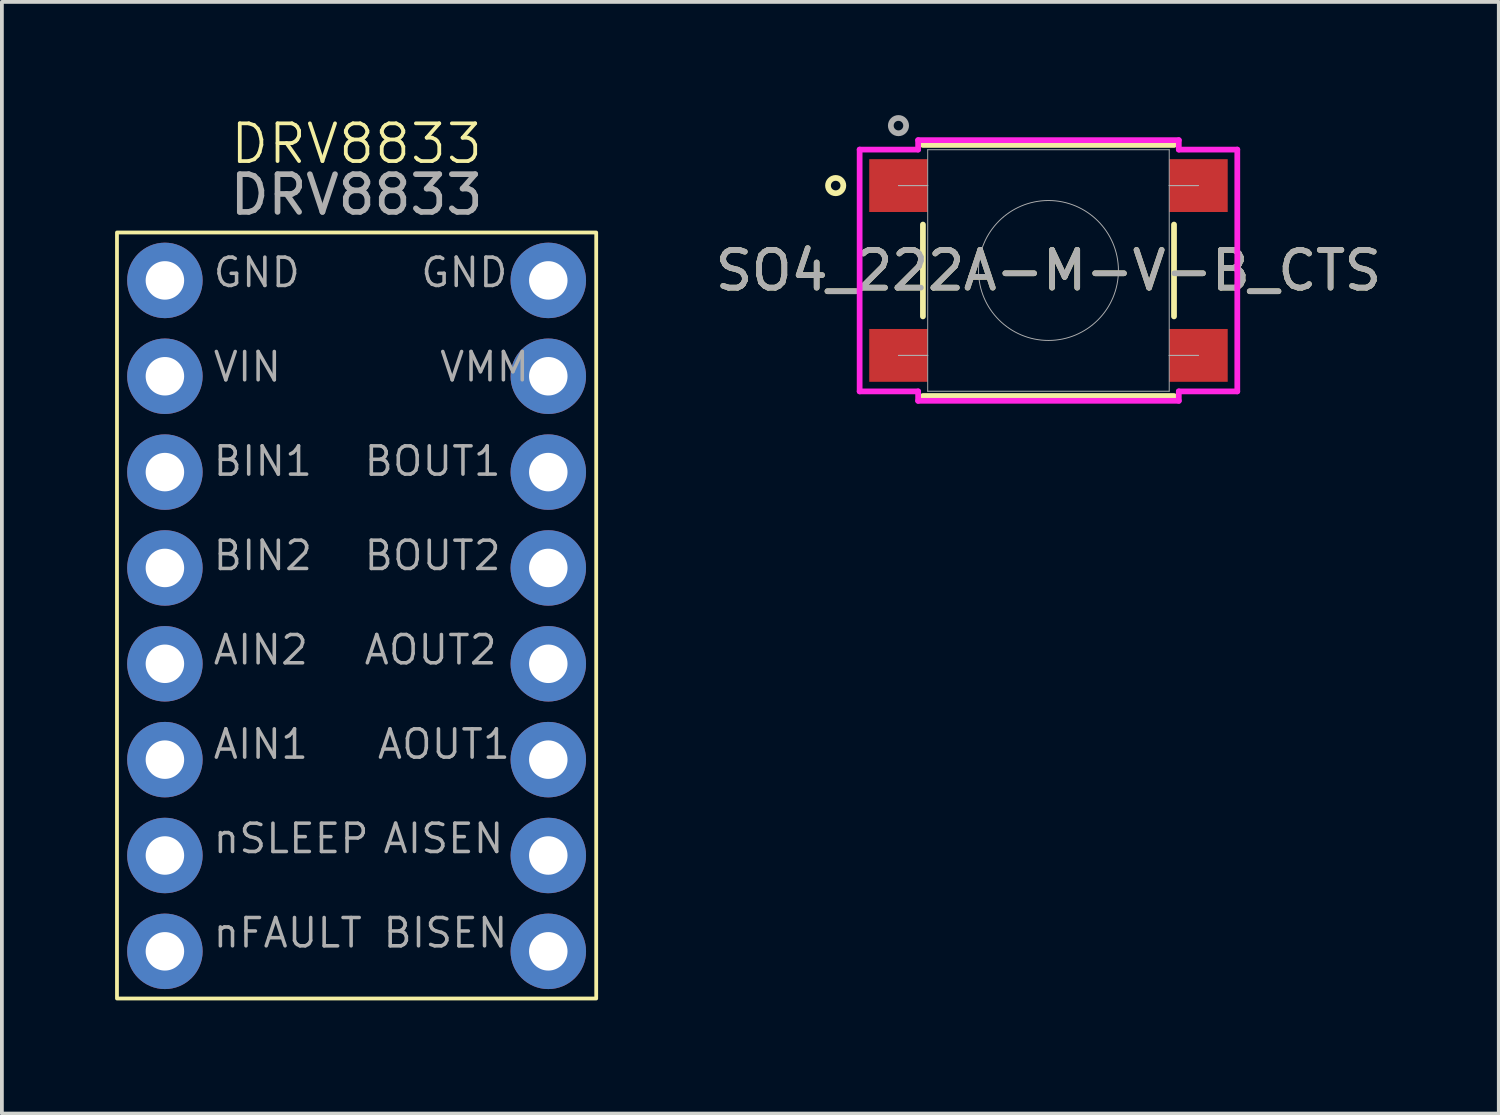
<source format=kicad_pcb>
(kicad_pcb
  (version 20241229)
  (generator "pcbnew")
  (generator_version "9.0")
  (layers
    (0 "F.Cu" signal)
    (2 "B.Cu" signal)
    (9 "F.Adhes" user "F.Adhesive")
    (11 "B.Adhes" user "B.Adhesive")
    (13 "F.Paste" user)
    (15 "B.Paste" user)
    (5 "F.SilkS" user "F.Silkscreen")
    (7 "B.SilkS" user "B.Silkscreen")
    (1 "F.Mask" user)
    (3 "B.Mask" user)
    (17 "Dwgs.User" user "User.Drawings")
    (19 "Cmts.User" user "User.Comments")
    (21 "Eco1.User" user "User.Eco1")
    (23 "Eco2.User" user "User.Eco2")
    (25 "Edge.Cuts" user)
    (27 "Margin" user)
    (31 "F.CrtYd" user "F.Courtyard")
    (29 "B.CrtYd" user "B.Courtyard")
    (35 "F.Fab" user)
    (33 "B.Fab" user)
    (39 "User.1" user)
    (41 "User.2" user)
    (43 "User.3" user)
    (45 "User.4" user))
  (footprint "DRV8833"
    (layer "F.Cu")
    (at 6.4 13.261)
    (property "Reference" "DRV8833" (at 0 -12.5 0) (unlocked yes) (layer "F.SilkS") (effects (font (size 1 1) (thickness 0.1))))
    (attr through_hole)
    (fp_rect (start -6.35 -10.15) (end 6.35 10.15) (stroke (width 0.1) (type solid)) (fill no) (layer "F.SilkS"))
    (fp_text user "BIN2" (at -3.85 -1.15 0) (unlocked yes) (layer "F.Fab") (effects (font (size 0.75 0.75) (thickness 0.094)) (justify left bottom)))
    (fp_text user "BOUT1" (at 0.15 -3.65 0) (unlocked yes) (layer "F.Fab") (effects (font (size 0.75 0.75) (thickness 0.094)) (justify left bottom)))
    (fp_text user "AOUT1" (at 0.5 3.85 0) (unlocked yes) (layer "F.Fab") (effects (font (size 0.75 0.75) (thickness 0.094)) (justify left bottom)))
    (fp_text user "AIN1" (at -3.85 3.85 0) (unlocked yes) (layer "F.Fab") (effects (font (size 0.75 0.75) (thickness 0.094)) (justify left bottom)))
    (fp_text user "GND" (at -3.85 -8.65 0) (unlocked yes) (layer "F.Fab") (effects (font (size 0.75 0.75) (thickness 0.094)) (justify left bottom)))
    (fp_text user "GND" (at 1.65 -8.65 0) (unlocked yes) (layer "F.Fab") (effects (font (size 0.75 0.75) (thickness 0.094)) (justify left bottom)))
    (fp_text user "${REFERENCE}" (at 0 -11.15 0) (unlocked yes) (layer "F.Fab") (effects (font (size 1 1) (thickness 0.15))))
    (fp_text user "nSLEEP" (at -3.85 6.35 0) (unlocked yes) (layer "F.Fab") (effects (font (size 0.75 0.75) (thickness 0.094)) (justify left bottom)))
    (fp_text user "BIN1" (at -3.85 -3.65 0) (unlocked yes) (layer "F.Fab") (effects (font (size 0.75 0.75) (thickness 0.094)) (justify left bottom)))
    (fp_text user "nFAULT" (at -3.85 8.85 0) (unlocked yes) (layer "F.Fab") (effects (font (size 0.75 0.75) (thickness 0.094)) (justify left bottom)))
    (fp_text user "AOUT2" (at 0.15 1.35 0) (unlocked yes) (layer "F.Fab") (effects (font (size 0.75 0.75) (thickness 0.094)) (justify left bottom)))
    (fp_text user "AIN2" (at -3.85 1.35 0) (unlocked yes) (layer "F.Fab") (effects (font (size 0.75 0.75) (thickness 0.094)) (justify left bottom)))
    (fp_text user "AISEN" (at 0.65 6.35 0) (unlocked yes) (layer "F.Fab") (effects (font (size 0.75 0.75) (thickness 0.094)) (justify left bottom)))
    (fp_text user "BISEN" (at 0.65 8.85 0) (unlocked yes) (layer "F.Fab") (effects (font (size 0.75 0.75) (thickness 0.094)) (justify left bottom)))
    (fp_text user "VMM" (at 2.15 -6.15 0) (unlocked yes) (layer "F.Fab") (effects (font (size 0.75 0.75) (thickness 0.094)) (justify left bottom)))
    (fp_text user "VIN" (at -3.85 -6.15 0) (unlocked yes) (layer "F.Fab") (effects (font (size 0.75 0.75) (thickness 0.094)) (justify left bottom)))
    (fp_text user "BOUT2" (at 0.15 -1.15 0) (unlocked yes) (layer "F.Fab") (effects (font (size 0.75 0.75) (thickness 0.094)) (justify left bottom)))
    (pad "1" thru_hole circle (at -5.08 -8.88) (size 2 2) (drill 1.02) (layers "*.Cu" "*.Mask"))
    (pad "2" thru_hole circle (at -5.08 -6.34) (size 2 2) (drill 1.02) (layers "*.Cu" "*.Mask"))
    (pad "3" thru_hole circle (at -5.08 -3.8) (size 2 2) (drill 1.02) (layers "*.Cu" "*.Mask"))
    (pad "4" thru_hole circle (at -5.08 -1.26) (size 2 2) (drill 1.02) (layers "*.Cu" "*.Mask"))
    (pad "5" thru_hole circle (at -5.08 1.28) (size 2 2) (drill 1.02) (layers "*.Cu" "*.Mask"))
    (pad "6" thru_hole circle (at -5.08 3.82) (size 2 2) (drill 1.02) (layers "*.Cu" "*.Mask"))
    (pad "7" thru_hole circle (at -5.08 6.36) (size 2 2) (drill 1.02) (layers "*.Cu" "*.Mask"))
    (pad "8" thru_hole circle (at -5.08 8.9) (size 2 2) (drill 1.02) (layers "*.Cu" "*.Mask"))
    (pad "9" thru_hole circle (at 5.08 -8.88) (size 2 2) (drill 1.02) (layers "*.Cu" "*.Mask"))
    (pad "10" thru_hole circle (at 5.08 -6.34) (size 2 2) (drill 1.02) (layers "*.Cu" "*.Mask"))
    (pad "11" thru_hole circle (at 5.08 -3.8) (size 2 2) (drill 1.02) (layers "*.Cu" "*.Mask"))
    (pad "12" thru_hole circle (at 5.08 -1.26) (size 2 2) (drill 1.02) (layers "*.Cu" "*.Mask"))
    (pad "13" thru_hole circle (at 5.08 1.28) (size 2 2) (drill 1.02) (layers "*.Cu" "*.Mask"))
    (pad "14" thru_hole circle (at 5.08 3.82) (size 2 2) (drill 1.02) (layers "*.Cu" "*.Mask"))
    (pad "15" thru_hole circle (at 5.08 6.36) (size 2 2) (drill 1.02) (layers "*.Cu" "*.Mask"))
    (pad "16" thru_hole circle (at 5.08 8.9) (size 2 2) (drill 1.02) (layers "*.Cu" "*.Mask")))
  (footprint "SO4_222A-M-V-B_CTS"
    (layer "F.Cu")
    (at 24.735 4.118)
    (property "Reference" "SO4_222A-M-V-B_CTS" (at 0 0 0) (unlocked yes) (layer "F.SilkS") (effects (font (size 1 1) (thickness 0.15))))
    (attr smd)
    (fp_line (start -3.327 -1.217) (end -3.327 1.217) (stroke (width 0.152) (type solid)) (layer "F.SilkS"))
    (fp_line (start -3.327 3.327) (end 3.327 3.327) (stroke (width 0.152) (type solid)) (layer "F.SilkS"))
    (fp_line (start 3.327 -3.327) (end -3.327 -3.327) (stroke (width 0.152) (type solid)) (layer "F.SilkS"))
    (fp_line (start 3.327 1.217) (end 3.327 -1.217) (stroke (width 0.152) (type solid)) (layer "F.SilkS"))
    (fp_circle (center -5.639 -2.25) (end -5.436 -2.25) (stroke (width 0.152) (type solid)) (fill no) (layer "F.SilkS"))
    (fp_line (start -5.004 -3.204) (end -3.454 -3.204) (stroke (width 0.152) (type solid)) (layer "F.CrtYd"))
    (fp_line (start -5.004 3.204) (end -3.454 3.204) (stroke (width 0.152) (type solid)) (layer "F.CrtYd"))
    (fp_line (start -5.004 3.204) (end -5.004 -3.204) (stroke (width 0.152) (type solid)) (layer "F.CrtYd"))
    (fp_line (start -3.454 -3.454) (end 3.454 -3.454) (stroke (width 0.152) (type solid)) (layer "F.CrtYd"))
    (fp_line (start -3.454 -3.204) (end -3.454 -3.454) (stroke (width 0.152) (type solid)) (layer "F.CrtYd"))
    (fp_line (start -3.454 3.454) (end -3.454 3.204) (stroke (width 0.152) (type solid)) (layer "F.CrtYd"))
    (fp_line (start 3.454 -3.454) (end 3.454 -3.204) (stroke (width 0.152) (type solid)) (layer "F.CrtYd"))
    (fp_line (start 3.454 3.204) (end 3.454 3.454) (stroke (width 0.152) (type solid)) (layer "F.CrtYd"))
    (fp_line (start 3.454 3.454) (end -3.454 3.454) (stroke (width 0.152) (type solid)) (layer "F.CrtYd"))
    (fp_line (start 5.004 -3.204) (end 3.454 -3.204) (stroke (width 0.152) (type solid)) (layer "F.CrtYd"))
    (fp_line (start 5.004 -3.204) (end 5.004 3.204) (stroke (width 0.152) (type solid)) (layer "F.CrtYd"))
    (fp_line (start 5.004 3.204) (end 3.454 3.204) (stroke (width 0.152) (type solid)) (layer "F.CrtYd"))
    (fp_line (start -3.975 -2.25) (end -3.975 -2.25) (stroke (width 0.025) (type solid)) (layer "F.Fab"))
    (fp_line (start -3.975 -2.25) (end -3.2 -2.25) (stroke (width 0.025) (type solid)) (layer "F.Fab"))
    (fp_line (start -3.975 2.25) (end -3.975 2.25) (stroke (width 0.025) (type solid)) (layer "F.Fab"))
    (fp_line (start -3.975 2.25) (end -3.2 2.25) (stroke (width 0.025) (type solid)) (layer "F.Fab"))
    (fp_line (start -3.2 -3.2) (end -3.2 3.2) (stroke (width 0.025) (type solid)) (layer "F.Fab"))
    (fp_line (start -3.2 -2.25) (end -3.975 -2.25) (stroke (width 0.025) (type solid)) (layer "F.Fab"))
    (fp_line (start -3.2 -2.25) (end -3.2 -2.25) (stroke (width 0.025) (type solid)) (layer "F.Fab"))
    (fp_line (start -3.2 2.25) (end -3.975 2.25) (stroke (width 0.025) (type solid)) (layer "F.Fab"))
    (fp_line (start -3.2 2.25) (end -3.2 2.25) (stroke (width 0.025) (type solid)) (layer "F.Fab"))
    (fp_line (start -3.2 3.2) (end 3.2 3.2) (stroke (width 0.025) (type solid)) (layer "F.Fab"))
    (fp_line (start 3.2 -3.2) (end -3.2 -3.2) (stroke (width 0.025) (type solid)) (layer "F.Fab"))
    (fp_line (start 3.2 -2.25) (end 3.2 -2.25) (stroke (width 0.025) (type solid)) (layer "F.Fab"))
    (fp_line (start 3.2 -2.25) (end 3.975 -2.25) (stroke (width 0.025) (type solid)) (layer "F.Fab"))
    (fp_line (start 3.2 2.25) (end 3.2 2.25) (stroke (width 0.025) (type solid)) (layer "F.Fab"))
    (fp_line (start 3.2 2.25) (end 3.975 2.25) (stroke (width 0.025) (type solid)) (layer "F.Fab"))
    (fp_line (start 3.2 3.2) (end 3.2 -3.2) (stroke (width 0.025) (type solid)) (layer "F.Fab"))
    (fp_line (start 3.975 -2.25) (end 3.2 -2.25) (stroke (width 0.025) (type solid)) (layer "F.Fab"))
    (fp_line (start 3.975 -2.25) (end 3.975 -2.25) (stroke (width 0.025) (type solid)) (layer "F.Fab"))
    (fp_line (start 3.975 2.25) (end 3.2 2.25) (stroke (width 0.025) (type solid)) (layer "F.Fab"))
    (fp_line (start 3.975 2.25) (end 3.975 2.25) (stroke (width 0.025) (type solid)) (layer "F.Fab"))
    (fp_circle (center -3.975 -3.839) (end -3.772 -3.839) (stroke (width 0.152) (type solid)) (fill no) (layer "F.Fab"))
    (fp_circle (center 0 0) (end 1.854 0) (stroke (width 0.025) (type solid)) (fill no) (layer "F.Fab"))
    (fp_text user "${REFERENCE}" (at 0 0 0) (unlocked yes) (layer "F.Fab") (effects (font (size 1 1) (thickness 0.15))))
    (pad "1" smd rect (at -3.975 -2.25) (size 1.55 1.4) (layers "F.Cu" "F.Mask" "F.Paste"))
    (pad "2" smd rect (at -3.975 2.25) (size 1.55 1.4) (layers "F.Cu" "F.Mask" "F.Paste"))
    (pad "3" smd rect (at 3.975 -2.25) (size 1.55 1.4) (layers "F.Cu" "F.Mask" "F.Paste"))
    (pad "4" smd rect (at 3.975 2.25) (size 1.55 1.4) (layers "F.Cu" "F.Mask" "F.Paste")))
  (gr_rect
    (start -3 -3)
    (end 36.669 26.46)
    (stroke (width 0.1) (type default))
    (fill no)
    (layer "Edge.Cuts")))
</source>
